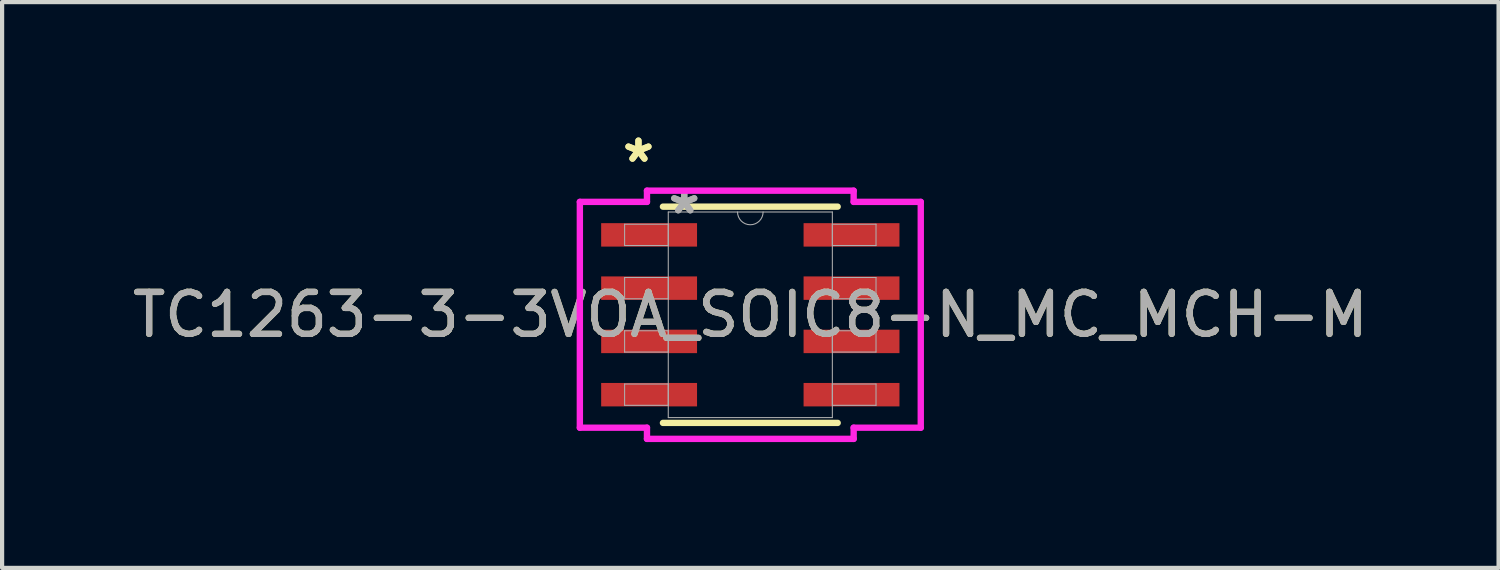
<source format=kicad_pcb>
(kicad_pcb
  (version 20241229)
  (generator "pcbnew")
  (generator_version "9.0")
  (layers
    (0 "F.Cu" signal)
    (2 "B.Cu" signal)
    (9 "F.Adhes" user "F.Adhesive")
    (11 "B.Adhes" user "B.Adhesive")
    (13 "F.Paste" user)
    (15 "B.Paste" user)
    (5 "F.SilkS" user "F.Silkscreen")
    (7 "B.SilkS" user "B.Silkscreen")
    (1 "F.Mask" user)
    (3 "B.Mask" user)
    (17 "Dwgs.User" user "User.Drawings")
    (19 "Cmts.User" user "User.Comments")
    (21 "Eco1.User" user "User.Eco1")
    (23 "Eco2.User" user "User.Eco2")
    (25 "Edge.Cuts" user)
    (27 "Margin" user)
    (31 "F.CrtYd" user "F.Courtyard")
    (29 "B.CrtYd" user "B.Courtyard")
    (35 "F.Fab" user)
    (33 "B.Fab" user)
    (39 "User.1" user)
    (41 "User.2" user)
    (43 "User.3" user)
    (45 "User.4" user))
  (footprint "TC1263-3-3VOA_SOIC8-N_MC_MCH-M"
    (layer "F.Cu")
    (at 14.839 4.455)
    (property "Reference" "TC1263-3-3VOA_SOIC8-N_MC_MCH-M" (at 0 0 0) (unlocked yes) (layer "F.SilkS") (effects (font (size 1 1) (thickness 0.15))))
    (attr smd)
    (fp_line (start -2.083 2.578) (end 2.083 2.578) (stroke (width 0.152) (type solid)) (layer "F.SilkS"))
    (fp_line (start 2.083 -2.578) (end -2.083 -2.578) (stroke (width 0.152) (type solid)) (layer "F.SilkS"))
    (fp_line (start -4.064 -2.692) (end -2.464 -2.692) (stroke (width 0.152) (type solid)) (layer "F.CrtYd"))
    (fp_line (start -4.064 2.692) (end -4.064 -2.692) (stroke (width 0.152) (type solid)) (layer "F.CrtYd"))
    (fp_line (start -4.064 2.692) (end -2.464 2.692) (stroke (width 0.152) (type solid)) (layer "F.CrtYd"))
    (fp_line (start -2.464 -2.959) (end 2.464 -2.959) (stroke (width 0.152) (type solid)) (layer "F.CrtYd"))
    (fp_line (start -2.464 -2.692) (end -2.464 -2.959) (stroke (width 0.152) (type solid)) (layer "F.CrtYd"))
    (fp_line (start -2.464 2.959) (end -2.464 2.692) (stroke (width 0.152) (type solid)) (layer "F.CrtYd"))
    (fp_line (start 2.464 -2.959) (end 2.464 -2.692) (stroke (width 0.152) (type solid)) (layer "F.CrtYd"))
    (fp_line (start 2.464 2.692) (end 2.464 2.959) (stroke (width 0.152) (type solid)) (layer "F.CrtYd"))
    (fp_line (start 2.464 2.959) (end -2.464 2.959) (stroke (width 0.152) (type solid)) (layer "F.CrtYd"))
    (fp_line (start 4.064 -2.692) (end 2.464 -2.692) (stroke (width 0.152) (type solid)) (layer "F.CrtYd"))
    (fp_line (start 4.064 -2.692) (end 4.064 2.692) (stroke (width 0.152) (type solid)) (layer "F.CrtYd"))
    (fp_line (start 4.064 2.692) (end 2.464 2.692) (stroke (width 0.152) (type solid)) (layer "F.CrtYd"))
    (fp_line (start -2.997 -2.159) (end -2.997 -1.651) (stroke (width 0.025) (type solid)) (layer "F.Fab"))
    (fp_line (start -2.997 -1.651) (end -1.956 -1.651) (stroke (width 0.025) (type solid)) (layer "F.Fab"))
    (fp_line (start -2.997 -0.889) (end -2.997 -0.381) (stroke (width 0.025) (type solid)) (layer "F.Fab"))
    (fp_line (start -2.997 -0.381) (end -1.956 -0.381) (stroke (width 0.025) (type solid)) (layer "F.Fab"))
    (fp_line (start -2.997 0.381) (end -2.997 0.889) (stroke (width 0.025) (type solid)) (layer "F.Fab"))
    (fp_line (start -2.997 0.889) (end -1.956 0.889) (stroke (width 0.025) (type solid)) (layer "F.Fab"))
    (fp_line (start -2.997 1.651) (end -2.997 2.159) (stroke (width 0.025) (type solid)) (layer "F.Fab"))
    (fp_line (start -2.997 2.159) (end -1.956 2.159) (stroke (width 0.025) (type solid)) (layer "F.Fab"))
    (fp_line (start -1.956 -2.451) (end -1.956 2.451) (stroke (width 0.025) (type solid)) (layer "F.Fab"))
    (fp_line (start -1.956 -2.159) (end -2.997 -2.159) (stroke (width 0.025) (type solid)) (layer "F.Fab"))
    (fp_line (start -1.956 -1.651) (end -1.956 -2.159) (stroke (width 0.025) (type solid)) (layer "F.Fab"))
    (fp_line (start -1.956 -0.889) (end -2.997 -0.889) (stroke (width 0.025) (type solid)) (layer "F.Fab"))
    (fp_line (start -1.956 -0.381) (end -1.956 -0.889) (stroke (width 0.025) (type solid)) (layer "F.Fab"))
    (fp_line (start -1.956 0.381) (end -2.997 0.381) (stroke (width 0.025) (type solid)) (layer "F.Fab"))
    (fp_line (start -1.956 0.889) (end -1.956 0.381) (stroke (width 0.025) (type solid)) (layer "F.Fab"))
    (fp_line (start -1.956 1.651) (end -2.997 1.651) (stroke (width 0.025) (type solid)) (layer "F.Fab"))
    (fp_line (start -1.956 2.159) (end -1.956 1.651) (stroke (width 0.025) (type solid)) (layer "F.Fab"))
    (fp_line (start -1.956 2.451) (end 1.956 2.451) (stroke (width 0.025) (type solid)) (layer "F.Fab"))
    (fp_line (start 1.956 -2.451) (end -1.956 -2.451) (stroke (width 0.025) (type solid)) (layer "F.Fab"))
    (fp_line (start 1.956 -2.159) (end 1.956 -1.651) (stroke (width 0.025) (type solid)) (layer "F.Fab"))
    (fp_line (start 1.956 -1.651) (end 2.997 -1.651) (stroke (width 0.025) (type solid)) (layer "F.Fab"))
    (fp_line (start 1.956 -0.889) (end 1.956 -0.381) (stroke (width 0.025) (type solid)) (layer "F.Fab"))
    (fp_line (start 1.956 -0.381) (end 2.997 -0.381) (stroke (width 0.025) (type solid)) (layer "F.Fab"))
    (fp_line (start 1.956 0.381) (end 1.956 0.889) (stroke (width 0.025) (type solid)) (layer "F.Fab"))
    (fp_line (start 1.956 0.889) (end 2.997 0.889) (stroke (width 0.025) (type solid)) (layer "F.Fab"))
    (fp_line (start 1.956 1.651) (end 1.956 2.159) (stroke (width 0.025) (type solid)) (layer "F.Fab"))
    (fp_line (start 1.956 2.159) (end 2.997 2.159) (stroke (width 0.025) (type solid)) (layer "F.Fab"))
    (fp_line (start 1.956 2.451) (end 1.956 -2.451) (stroke (width 0.025) (type solid)) (layer "F.Fab"))
    (fp_line (start 2.997 -2.159) (end 1.956 -2.159) (stroke (width 0.025) (type solid)) (layer "F.Fab"))
    (fp_line (start 2.997 -1.651) (end 2.997 -2.159) (stroke (width 0.025) (type solid)) (layer "F.Fab"))
    (fp_line (start 2.997 -0.889) (end 1.956 -0.889) (stroke (width 0.025) (type solid)) (layer "F.Fab"))
    (fp_line (start 2.997 -0.381) (end 2.997 -0.889) (stroke (width 0.025) (type solid)) (layer "F.Fab"))
    (fp_line (start 2.997 0.381) (end 1.956 0.381) (stroke (width 0.025) (type solid)) (layer "F.Fab"))
    (fp_line (start 2.997 0.889) (end 2.997 0.381) (stroke (width 0.025) (type solid)) (layer "F.Fab"))
    (fp_line (start 2.997 1.651) (end 1.956 1.651) (stroke (width 0.025) (type solid)) (layer "F.Fab"))
    (fp_line (start 2.997 2.159) (end 2.997 1.651) (stroke (width 0.025) (type solid)) (layer "F.Fab"))
    (fp_arc (start 0.3048 -2.4511) (mid 0 -2.1463) (end -0.3048 -2.4511) (stroke (width 0.0254) (type solid)) (layer "F.Fab"))
    (fp_text user "*" (at -2.667 -3.607 0) (layer "F.SilkS") (effects (font (size 1 1) (thickness 0.15))))
    (fp_text user "*" (at -2.667 -3.607 0) (unlocked yes) (layer "F.SilkS") (effects (font (size 1 1) (thickness 0.15))))
    (fp_text user "*" (at -1.575 -2.375 0) (unlocked yes) (layer "F.Fab") (effects (font (size 1 1) (thickness 0.15))))
    (fp_text user "*" (at -1.575 -2.375 0) (layer "F.Fab") (effects (font (size 1 1) (thickness 0.15))))
    (fp_text user "${REFERENCE}" (at 0 0 0) (unlocked yes) (layer "F.Fab") (effects (font (size 1 1) (thickness 0.15))))
    (pad "1" smd rect (at -2.413 -1.905) (size 2.286 0.559) (layers "F.Cu" "F.Mask" "F.Paste"))
    (pad "2" smd rect (at -2.413 -0.635) (size 2.286 0.559) (layers "F.Cu" "F.Mask" "F.Paste"))
    (pad "3" smd rect (at -2.413 0.635) (size 2.286 0.559) (layers "F.Cu" "F.Mask" "F.Paste"))
    (pad "4" smd rect (at -2.413 1.905) (size 2.286 0.559) (layers "F.Cu" "F.Mask" "F.Paste"))
    (pad "5" smd rect (at 2.413 1.905) (size 2.286 0.559) (layers "F.Cu" "F.Mask" "F.Paste"))
    (pad "6" smd rect (at 2.413 0.635) (size 2.286 0.559) (layers "F.Cu" "F.Mask" "F.Paste"))
    (pad "7" smd rect (at 2.413 -0.635) (size 2.286 0.559) (layers "F.Cu" "F.Mask" "F.Paste"))
    (pad "8" smd rect (at 2.413 -1.905) (size 2.286 0.559) (layers "F.Cu" "F.Mask" "F.Paste")))
  (gr_rect
    (start -3 -3)
    (end 32.679 10.49)
    (stroke (width 0.1) (type default))
    (fill no)
    (layer "Edge.Cuts")))
</source>
